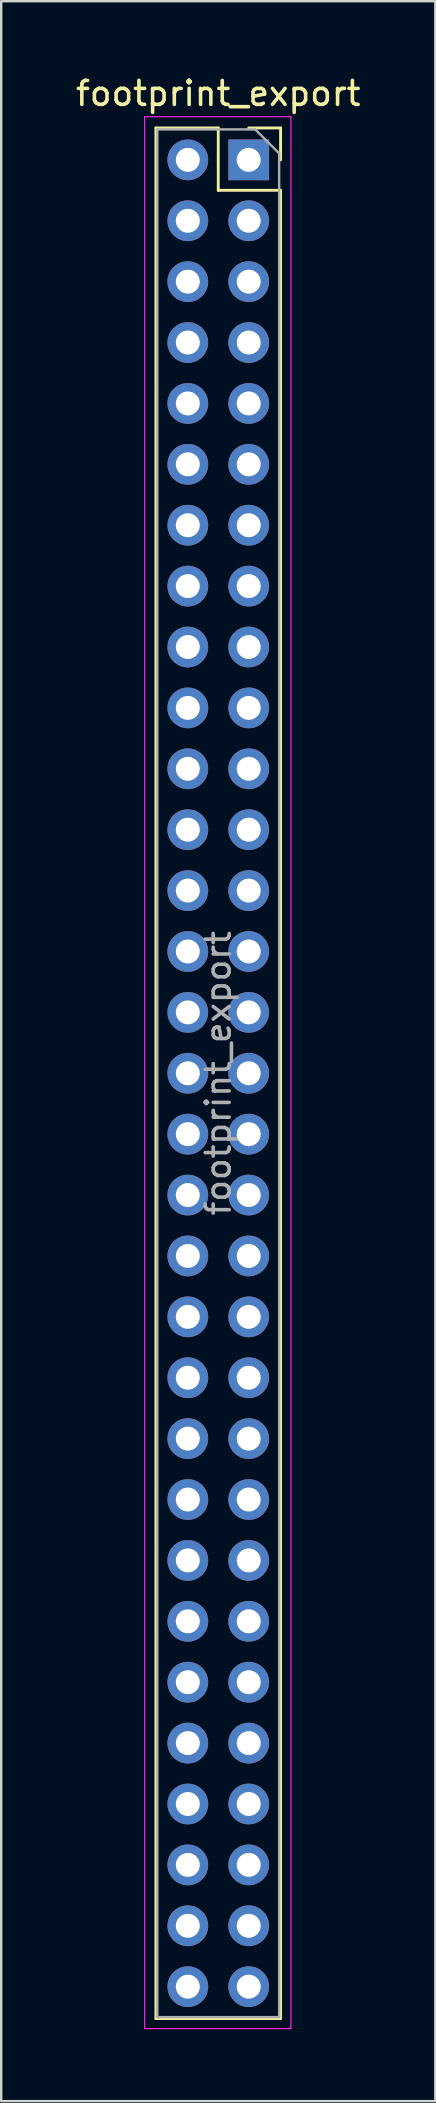
<source format=kicad_pcb>
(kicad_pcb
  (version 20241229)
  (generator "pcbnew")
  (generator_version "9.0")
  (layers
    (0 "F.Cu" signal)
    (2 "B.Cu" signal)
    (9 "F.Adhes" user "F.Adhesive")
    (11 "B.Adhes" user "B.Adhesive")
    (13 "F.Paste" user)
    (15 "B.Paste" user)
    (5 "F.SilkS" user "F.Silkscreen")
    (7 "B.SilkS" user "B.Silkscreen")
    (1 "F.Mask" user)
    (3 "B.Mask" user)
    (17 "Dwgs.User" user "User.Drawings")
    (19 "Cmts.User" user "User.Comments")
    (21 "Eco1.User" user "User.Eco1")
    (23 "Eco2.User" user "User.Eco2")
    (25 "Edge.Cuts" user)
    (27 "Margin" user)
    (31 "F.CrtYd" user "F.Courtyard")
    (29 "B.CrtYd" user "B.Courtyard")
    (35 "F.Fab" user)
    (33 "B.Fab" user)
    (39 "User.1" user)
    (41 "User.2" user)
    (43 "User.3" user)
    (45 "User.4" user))
  (footprint "footprint_export"
    (layer "F.Cu")
    (at 7.324 3.618)
    (property "Reference" "footprint_export" (at -1.27 -2.77 0) (layer "F.SilkS") (effects (font (size 1 1) (thickness 0.15))))
    (attr through_hole)
    (fp_line (start -3.87 -1.33) (end -3.87 77.53) (stroke (width 0.12) (type solid)) (layer "F.SilkS"))
    (fp_line (start -3.87 -1.33) (end -1.27 -1.33) (stroke (width 0.12) (type solid)) (layer "F.SilkS"))
    (fp_line (start -3.87 77.53) (end 1.33 77.53) (stroke (width 0.12) (type solid)) (layer "F.SilkS"))
    (fp_line (start -1.27 -1.33) (end -1.27 1.27) (stroke (width 0.12) (type solid)) (layer "F.SilkS"))
    (fp_line (start -1.27 1.27) (end 1.33 1.27) (stroke (width 0.12) (type solid)) (layer "F.SilkS"))
    (fp_line (start 0 -1.33) (end 1.33 -1.33) (stroke (width 0.12) (type solid)) (layer "F.SilkS"))
    (fp_line (start 1.33 -1.33) (end 1.33 0) (stroke (width 0.12) (type solid)) (layer "F.SilkS"))
    (fp_line (start 1.33 1.27) (end 1.33 77.53) (stroke (width 0.12) (type solid)) (layer "F.SilkS"))
    (fp_line (start -4.34 -1.8) (end 1.76 -1.8) (stroke (width 0.05) (type solid)) (layer "F.CrtYd"))
    (fp_line (start -4.34 77.95) (end -4.34 -1.8) (stroke (width 0.05) (type solid)) (layer "F.CrtYd"))
    (fp_line (start 1.76 -1.8) (end 1.76 77.95) (stroke (width 0.05) (type solid)) (layer "F.CrtYd"))
    (fp_line (start 1.76 77.95) (end -4.34 77.95) (stroke (width 0.05) (type solid)) (layer "F.CrtYd"))
    (fp_line (start -3.81 -1.27) (end 0.27 -1.27) (stroke (width 0.1) (type solid)) (layer "F.Fab"))
    (fp_line (start -3.81 77.47) (end -3.81 -1.27) (stroke (width 0.1) (type solid)) (layer "F.Fab"))
    (fp_line (start 0.27 -1.27) (end 1.27 -0.27) (stroke (width 0.1) (type solid)) (layer "F.Fab"))
    (fp_line (start 1.27 -0.27) (end 1.27 77.47) (stroke (width 0.1) (type solid)) (layer "F.Fab"))
    (fp_line (start 1.27 77.47) (end -3.81 77.47) (stroke (width 0.1) (type solid)) (layer "F.Fab"))
    (fp_text user "${REFERENCE}" (at -1.27 38.1 90) (layer "F.Fab") (effects (font (size 1 1) (thickness 0.15))))
    (pad "1" thru_hole rect (at 0 0) (size 1.7 1.7) (drill 1) (layers "*.Cu" "*.Mask"))
    (pad "2" thru_hole oval (at -2.54 0) (size 1.7 1.7) (drill 1) (layers "*.Cu" "*.Mask"))
    (pad "3" thru_hole oval (at 0 2.54) (size 1.7 1.7) (drill 1) (layers "*.Cu" "*.Mask"))
    (pad "4" thru_hole oval (at -2.54 2.54) (size 1.7 1.7) (drill 1) (layers "*.Cu" "*.Mask"))
    (pad "5" thru_hole oval (at 0 5.08) (size 1.7 1.7) (drill 1) (layers "*.Cu" "*.Mask"))
    (pad "6" thru_hole oval (at -2.54 5.08) (size 1.7 1.7) (drill 1) (layers "*.Cu" "*.Mask"))
    (pad "7" thru_hole oval (at 0 7.62) (size 1.7 1.7) (drill 1) (layers "*.Cu" "*.Mask"))
    (pad "8" thru_hole oval (at -2.54 7.62) (size 1.7 1.7) (drill 1) (layers "*.Cu" "*.Mask"))
    (pad "9" thru_hole oval (at 0 10.16) (size 1.7 1.7) (drill 1) (layers "*.Cu" "*.Mask"))
    (pad "10" thru_hole oval (at -2.54 10.16) (size 1.7 1.7) (drill 1) (layers "*.Cu" "*.Mask"))
    (pad "11" thru_hole oval (at 0 12.7) (size 1.7 1.7) (drill 1) (layers "*.Cu" "*.Mask"))
    (pad "12" thru_hole oval (at -2.54 12.7) (size 1.7 1.7) (drill 1) (layers "*.Cu" "*.Mask"))
    (pad "13" thru_hole oval (at 0 15.24) (size 1.7 1.7) (drill 1) (layers "*.Cu" "*.Mask"))
    (pad "14" thru_hole oval (at -2.54 15.24) (size 1.7 1.7) (drill 1) (layers "*.Cu" "*.Mask"))
    (pad "15" thru_hole oval (at 0 17.78) (size 1.7 1.7) (drill 1) (layers "*.Cu" "*.Mask"))
    (pad "16" thru_hole oval (at -2.54 17.78) (size 1.7 1.7) (drill 1) (layers "*.Cu" "*.Mask"))
    (pad "17" thru_hole oval (at 0 20.32) (size 1.7 1.7) (drill 1) (layers "*.Cu" "*.Mask"))
    (pad "18" thru_hole oval (at -2.54 20.32) (size 1.7 1.7) (drill 1) (layers "*.Cu" "*.Mask"))
    (pad "19" thru_hole oval (at 0 22.86) (size 1.7 1.7) (drill 1) (layers "*.Cu" "*.Mask"))
    (pad "20" thru_hole oval (at -2.54 22.86) (size 1.7 1.7) (drill 1) (layers "*.Cu" "*.Mask"))
    (pad "21" thru_hole oval (at 0 25.4) (size 1.7 1.7) (drill 1) (layers "*.Cu" "*.Mask"))
    (pad "22" thru_hole oval (at -2.54 25.4) (size 1.7 1.7) (drill 1) (layers "*.Cu" "*.Mask"))
    (pad "23" thru_hole oval (at 0 27.94) (size 1.7 1.7) (drill 1) (layers "*.Cu" "*.Mask"))
    (pad "24" thru_hole oval (at -2.54 27.94) (size 1.7 1.7) (drill 1) (layers "*.Cu" "*.Mask"))
    (pad "25" thru_hole oval (at 0 30.48) (size 1.7 1.7) (drill 1) (layers "*.Cu" "*.Mask"))
    (pad "26" thru_hole oval (at -2.54 30.48) (size 1.7 1.7) (drill 1) (layers "*.Cu" "*.Mask"))
    (pad "27" thru_hole oval (at 0 33.02) (size 1.7 1.7) (drill 1) (layers "*.Cu" "*.Mask"))
    (pad "28" thru_hole oval (at -2.54 33.02) (size 1.7 1.7) (drill 1) (layers "*.Cu" "*.Mask"))
    (pad "29" thru_hole oval (at 0 35.56) (size 1.7 1.7) (drill 1) (layers "*.Cu" "*.Mask"))
    (pad "30" thru_hole oval (at -2.54 35.56) (size 1.7 1.7) (drill 1) (layers "*.Cu" "*.Mask"))
    (pad "31" thru_hole oval (at 0 38.1) (size 1.7 1.7) (drill 1) (layers "*.Cu" "*.Mask"))
    (pad "32" thru_hole oval (at -2.54 38.1) (size 1.7 1.7) (drill 1) (layers "*.Cu" "*.Mask"))
    (pad "33" thru_hole oval (at 0 40.64) (size 1.7 1.7) (drill 1) (layers "*.Cu" "*.Mask"))
    (pad "34" thru_hole oval (at -2.54 40.64) (size 1.7 1.7) (drill 1) (layers "*.Cu" "*.Mask"))
    (pad "35" thru_hole oval (at 0 43.18) (size 1.7 1.7) (drill 1) (layers "*.Cu" "*.Mask"))
    (pad "36" thru_hole oval (at -2.54 43.18) (size 1.7 1.7) (drill 1) (layers "*.Cu" "*.Mask"))
    (pad "37" thru_hole oval (at 0 45.72) (size 1.7 1.7) (drill 1) (layers "*.Cu" "*.Mask"))
    (pad "38" thru_hole oval (at -2.54 45.72) (size 1.7 1.7) (drill 1) (layers "*.Cu" "*.Mask"))
    (pad "39" thru_hole oval (at 0 48.26) (size 1.7 1.7) (drill 1) (layers "*.Cu" "*.Mask"))
    (pad "40" thru_hole oval (at -2.54 48.26) (size 1.7 1.7) (drill 1) (layers "*.Cu" "*.Mask"))
    (pad "41" thru_hole oval (at 0 50.8) (size 1.7 1.7) (drill 1) (layers "*.Cu" "*.Mask"))
    (pad "42" thru_hole oval (at -2.54 50.8) (size 1.7 1.7) (drill 1) (layers "*.Cu" "*.Mask"))
    (pad "43" thru_hole oval (at 0 53.34) (size 1.7 1.7) (drill 1) (layers "*.Cu" "*.Mask"))
    (pad "44" thru_hole oval (at -2.54 53.34) (size 1.7 1.7) (drill 1) (layers "*.Cu" "*.Mask"))
    (pad "45" thru_hole oval (at 0 55.88) (size 1.7 1.7) (drill 1) (layers "*.Cu" "*.Mask"))
    (pad "46" thru_hole oval (at -2.54 55.88) (size 1.7 1.7) (drill 1) (layers "*.Cu" "*.Mask"))
    (pad "47" thru_hole oval (at 0 58.42) (size 1.7 1.7) (drill 1) (layers "*.Cu" "*.Mask"))
    (pad "48" thru_hole oval (at -2.54 58.42) (size 1.7 1.7) (drill 1) (layers "*.Cu" "*.Mask"))
    (pad "49" thru_hole oval (at 0 60.96) (size 1.7 1.7) (drill 1) (layers "*.Cu" "*.Mask"))
    (pad "50" thru_hole oval (at -2.54 60.96) (size 1.7 1.7) (drill 1) (layers "*.Cu" "*.Mask"))
    (pad "51" thru_hole oval (at 0 63.5) (size 1.7 1.7) (drill 1) (layers "*.Cu" "*.Mask"))
    (pad "52" thru_hole oval (at -2.54 63.5) (size 1.7 1.7) (drill 1) (layers "*.Cu" "*.Mask"))
    (pad "53" thru_hole oval (at 0 66.04) (size 1.7 1.7) (drill 1) (layers "*.Cu" "*.Mask"))
    (pad "54" thru_hole oval (at -2.54 66.04) (size 1.7 1.7) (drill 1) (layers "*.Cu" "*.Mask"))
    (pad "55" thru_hole oval (at 0 68.58) (size 1.7 1.7) (drill 1) (layers "*.Cu" "*.Mask"))
    (pad "56" thru_hole oval (at -2.54 68.58) (size 1.7 1.7) (drill 1) (layers "*.Cu" "*.Mask"))
    (pad "57" thru_hole oval (at 0 71.12) (size 1.7 1.7) (drill 1) (layers "*.Cu" "*.Mask"))
    (pad "58" thru_hole oval (at -2.54 71.12) (size 1.7 1.7) (drill 1) (layers "*.Cu" "*.Mask"))
    (pad "59" thru_hole oval (at 0 73.66) (size 1.7 1.7) (drill 1) (layers "*.Cu" "*.Mask"))
    (pad "60" thru_hole oval (at -2.54 73.66) (size 1.7 1.7) (drill 1) (layers "*.Cu" "*.Mask"))
    (pad "61" thru_hole oval (at 0 76.2) (size 1.7 1.7) (drill 1) (layers "*.Cu" "*.Mask"))
    (pad "62" thru_hole oval (at -2.54 76.2) (size 1.7 1.7) (drill 1) (layers "*.Cu" "*.Mask")))
  (gr_rect
    (start -3 -3)
    (end 15.107 84.593)
    (stroke (width 0.1) (type default))
    (fill no)
    (layer "Edge.Cuts")))
</source>
